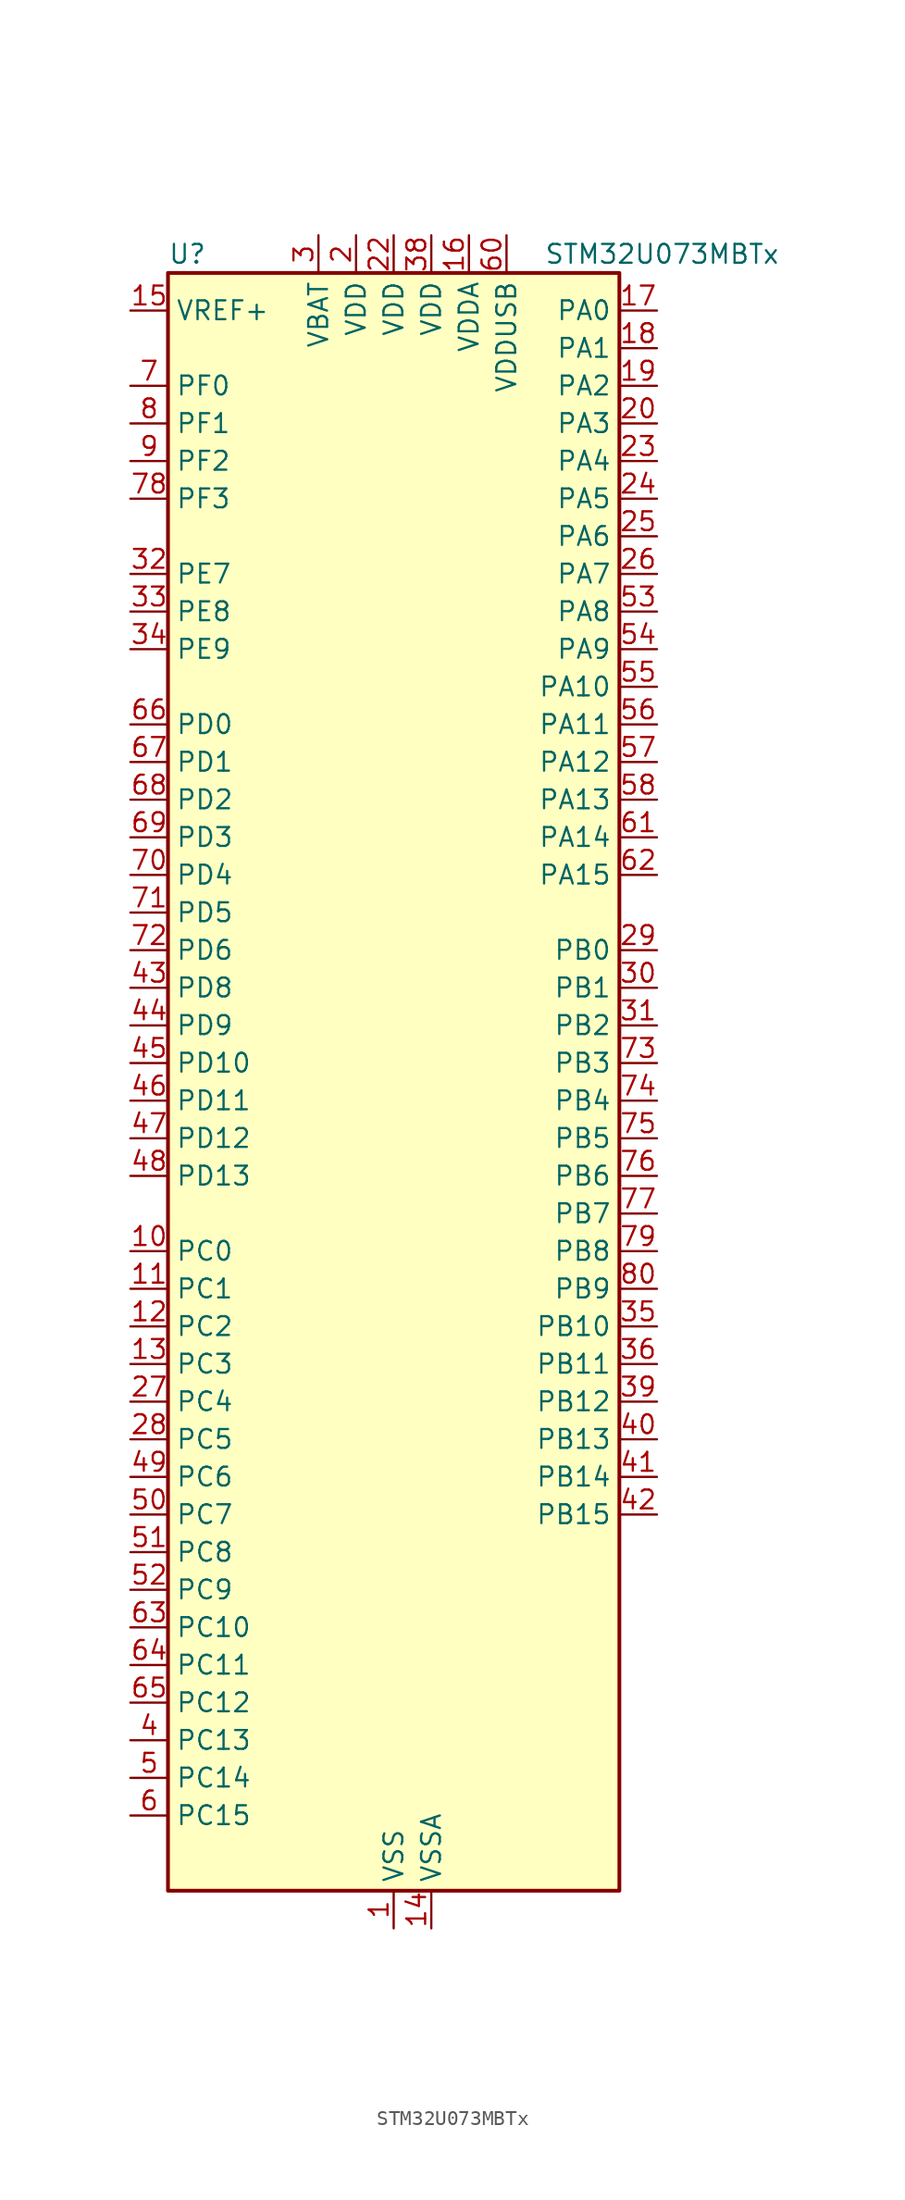
<source format=kicad_sym>
(kicad_symbol_lib
  (version 20231120)
  (generator "kicad_symbol_editor")
  (generator_version "8.99")
  (symbol "STM32U073MBTx"
    (property "Reference" "U"
      (at -15.24 57.15 0)
      (effects (font (size 1.27 1.27)) (justify left)))
    (property "Value" "STM32U073MBTx"
      (at 10.16 57.15 0)
      (effects (font (size 1.27 1.27)) (justify left)))
    (property "ki_locked" ""
      (at 0 0 0)
      (effects (font (size 1.27 1.27))))
    (symbol "STM32U073MBTx_0_1"
      (rectangle (start -15.24 -53.34) (end 15.24 55.88) (stroke (width 0.254) (type default)) (fill (type background))))
    (symbol "STM32U073MBTx_1_1"
      (pin power_in line (at 0 -55.88 90) (length 2.54) (name "VSS" (effects (font (size 1.27 1.27)))) (number "1" (effects (font (size 1.27 1.27)))))
      (pin bidirectional line (at -17.78 -10.16 0) (length 2.54) (name "PC0" (effects (font (size 1.27 1.27)))) (number "10" (effects (font (size 1.27 1.27)))) (alternate "ADC1_IN0" bidirectional line) (alternate "I2C3_SCL" bidirectional line) (alternate "I2C4_SCL" bidirectional line) (alternate "LCD_BIAS1" bidirectional line) (alternate "LCD_SEG18" bidirectional line) (alternate "LPTIM1_IN1" bidirectional line) (alternate "LPTIM2_IN1" bidirectional line) (alternate "LPUART1_RX" bidirectional line) (alternate "LPUART2_TX" bidirectional line))
      (pin bidirectional line (at -17.78 -12.7 0) (length 2.54) (name "PC1" (effects (font (size 1.27 1.27)))) (number "11" (effects (font (size 1.27 1.27)))) (alternate "ADC1_IN1" bidirectional line) (alternate "I2C3_SDA" bidirectional line) (alternate "I2C4_SDA" bidirectional line) (alternate "LCD_BIAS2" bidirectional line) (alternate "LCD_SEG19" bidirectional line) (alternate "LPTIM1_CH1" bidirectional line) (alternate "LPUART1_TX" bidirectional line) (alternate "LPUART2_RX" bidirectional line))
      (pin bidirectional line (at -17.78 -15.24 0) (length 2.54) (name "PC2" (effects (font (size 1.27 1.27)))) (number "12" (effects (font (size 1.27 1.27)))) (alternate "ADC1_IN2" bidirectional line) (alternate "LCD_BIAS3" bidirectional line) (alternate "LCD_SEG20" bidirectional line) (alternate "LPTIM1_IN2" bidirectional line) (alternate "RCC_MCO2" bidirectional line) (alternate "SPI2_MISO" bidirectional line))
      (pin bidirectional line (at -17.78 -17.78 0) (length 2.54) (name "PC3" (effects (font (size 1.27 1.27)))) (number "13" (effects (font (size 1.27 1.27)))) (alternate "ADC1_IN3" bidirectional line) (alternate "LPTIM1_ETR" bidirectional line) (alternate "LPTIM2_ETR" bidirectional line) (alternate "LPTIM3_CH1" bidirectional line) (alternate "SPI2_MOSI" bidirectional line) (alternate "USART4_CK" bidirectional line))
      (pin power_in line (at 2.54 -55.88 90) (length 2.54) (name "VSSA" (effects (font (size 1.27 1.27)))) (number "14" (effects (font (size 1.27 1.27)))))
      (pin input line (at -17.78 53.34 0) (length 2.54) (name "VREF+" (effects (font (size 1.27 1.27)))) (number "15" (effects (font (size 1.27 1.27)))) (alternate "VREFBUF_OUT" bidirectional line))
      (pin power_in line (at 5.08 58.42 270) (length 2.54) (name "VDDA" (effects (font (size 1.27 1.27)))) (number "16" (effects (font (size 1.27 1.27)))))
      (pin bidirectional line (at 17.78 53.34 180) (length 2.54) (name "PA0" (effects (font (size 1.27 1.27)))) (number "17" (effects (font (size 1.27 1.27)))) (alternate "ADC1_IN4" bidirectional line) (alternate "COMP1_INM" bidirectional line) (alternate "COMP1_OUT" bidirectional line) (alternate "LCD_SEG42" bidirectional line) (alternate "OPAMP1_VINP" bidirectional line) (alternate "PWR_WKUP1" bidirectional line) (alternate "TAMP_IN2" bidirectional line) (alternate "TIM2_CH1" bidirectional line) (alternate "TIM2_ETR" bidirectional line) (alternate "USART2_CTS" bidirectional line) (alternate "USART4_TX" bidirectional line))
      (pin bidirectional line (at 17.78 50.8 180) (length 2.54) (name "PA1" (effects (font (size 1.27 1.27)))) (number "18" (effects (font (size 1.27 1.27)))) (alternate "ADC1_IN5" bidirectional line) (alternate "COMP1_INP" bidirectional line) (alternate "LCD_SEG0" bidirectional line) (alternate "LPTIM1_CH2" bidirectional line) (alternate "OPAMP1_VINM" bidirectional line) (alternate "PWR_WKUP3" bidirectional line) (alternate "SPI1_SCK" bidirectional line) (alternate "SPI2_SCK" bidirectional line) (alternate "TAMP_IN5" bidirectional line) (alternate "TIM15_CH1N" bidirectional line) (alternate "TIM2_CH2" bidirectional line) (alternate "USART2_DE" bidirectional line) (alternate "USART2_RTS" bidirectional line) (alternate "USART4_RX" bidirectional line))
      (pin bidirectional line (at 17.78 48.26 180) (length 2.54) (name "PA2" (effects (font (size 1.27 1.27)))) (number "19" (effects (font (size 1.27 1.27)))) (alternate "ADC1_IN6" bidirectional line) (alternate "COMP2_INM" bidirectional line) (alternate "COMP2_OUT" bidirectional line) (alternate "LCD_SEG1" bidirectional line) (alternate "LPUART1_TX" bidirectional line) (alternate "PWR_WKUP4" bidirectional line) (alternate "RCC_LSCO" bidirectional line) (alternate "TIM15_CH1" bidirectional line) (alternate "TIM2_CH3" bidirectional line) (alternate "USART2_TX" bidirectional line))
      (pin power_in line (at -2.54 58.42 270) (length 2.54) (name "VDD" (effects (font (size 1.27 1.27)))) (number "2" (effects (font (size 1.27 1.27)))))
      (pin bidirectional line (at 17.78 45.72 180) (length 2.54) (name "PA3" (effects (font (size 1.27 1.27)))) (number "20" (effects (font (size 1.27 1.27)))) (alternate "ADC1_IN7" bidirectional line) (alternate "COMP2_INP" bidirectional line) (alternate "LCD_SEG2" bidirectional line) (alternate "LPUART1_RX" bidirectional line) (alternate "OPAMP1_VOUT" bidirectional line) (alternate "TIM15_CH2" bidirectional line) (alternate "TIM2_CH4" bidirectional line) (alternate "USART2_RX" bidirectional line))
      (pin passive line (at 0 -55.88 90) (length 2.54) hide (name "VSS" (effects (font (size 1.27 1.27)))) (number "21" (effects (font (size 1.27 1.27)))))
      (pin power_in line (at 0 58.42 270) (length 2.54) (name "VDD" (effects (font (size 1.27 1.27)))) (number "22" (effects (font (size 1.27 1.27)))))
      (pin bidirectional line (at 17.78 43.18 180) (length 2.54) (name "PA4" (effects (font (size 1.27 1.27)))) (number "23" (effects (font (size 1.27 1.27)))) (alternate "ADC1_IN8" bidirectional line) (alternate "COMP1_INM" bidirectional line) (alternate "COMP2_INM" bidirectional line) (alternate "DAC1_OUT1" bidirectional line) (alternate "LCD_SEG43" bidirectional line) (alternate "LPTIM2_CH1" bidirectional line) (alternate "LPUART3_TX" bidirectional line) (alternate "SPI1_NSS" bidirectional line) (alternate "SPI3_NSS" bidirectional line) (alternate "USART2_CK" bidirectional line))
      (pin bidirectional line (at 17.78 40.64 180) (length 2.54) (name "PA5" (effects (font (size 1.27 1.27)))) (number "24" (effects (font (size 1.27 1.27)))) (alternate "ADC1_IN9" bidirectional line) (alternate "COMP1_INM" bidirectional line) (alternate "COMP2_INM" bidirectional line) (alternate "LCD_SEG44" bidirectional line) (alternate "LPTIM2_ETR" bidirectional line) (alternate "LPUART3_RX" bidirectional line) (alternate "SPI1_SCK" bidirectional line) (alternate "TIM2_CH1" bidirectional line) (alternate "TIM2_ETR" bidirectional line) (alternate "USART3_TX" bidirectional line))
      (pin bidirectional line (at 17.78 38.1 180) (length 2.54) (name "PA6" (effects (font (size 1.27 1.27)))) (number "25" (effects (font (size 1.27 1.27)))) (alternate "ADC1_IN10" bidirectional line) (alternate "COMP1_OUT" bidirectional line) (alternate "I2C2_SDA" bidirectional line) (alternate "I2C3_SDA" bidirectional line) (alternate "LCD_SEG3" bidirectional line) (alternate "LPUART1_CTS" bidirectional line) (alternate "SPI1_MISO" bidirectional line) (alternate "TIM16_CH1" bidirectional line) (alternate "TIM1_BKIN" bidirectional line) (alternate "TIM3_CH1" bidirectional line) (alternate "TSC_G5_IO1" bidirectional line) (alternate "USART3_CTS" bidirectional line))
      (pin bidirectional line (at 17.78 35.56 180) (length 2.54) (name "PA7" (effects (font (size 1.27 1.27)))) (number "26" (effects (font (size 1.27 1.27)))) (alternate "ADC1_IN14" bidirectional line) (alternate "COMP2_OUT" bidirectional line) (alternate "I2C2_SCL" bidirectional line) (alternate "I2C3_SCL" bidirectional line) (alternate "LCD_SEG4" bidirectional line) (alternate "LPTIM2_CH2" bidirectional line) (alternate "SPI1_MOSI" bidirectional line) (alternate "TIM1_CH1N" bidirectional line) (alternate "TIM3_CH2" bidirectional line) (alternate "USART3_RX" bidirectional line))
      (pin bidirectional line (at -17.78 -20.32 0) (length 2.54) (name "PC4" (effects (font (size 1.27 1.27)))) (number "27" (effects (font (size 1.27 1.27)))) (alternate "ADC1_IN15" bidirectional line) (alternate "COMP1_INM" bidirectional line) (alternate "LCD_SEG22" bidirectional line) (alternate "LPUART3_TX" bidirectional line) (alternate "USART3_TX" bidirectional line))
      (pin bidirectional line (at -17.78 -22.86 0) (length 2.54) (name "PC5" (effects (font (size 1.27 1.27)))) (number "28" (effects (font (size 1.27 1.27)))) (alternate "ADC1_IN16" bidirectional line) (alternate "COMP1_INP" bidirectional line) (alternate "LCD_SEG23" bidirectional line) (alternate "LPTIM3_CH3" bidirectional line) (alternate "LPUART3_RX" bidirectional line) (alternate "PWR_WKUP5" bidirectional line) (alternate "TAMP_IN4" bidirectional line) (alternate "USART3_RX" bidirectional line))
      (pin bidirectional line (at 17.78 10.16 180) (length 2.54) (name "PB0" (effects (font (size 1.27 1.27)))) (number "29" (effects (font (size 1.27 1.27)))) (alternate "ADC1_IN17" bidirectional line) (alternate "COMP1_OUT" bidirectional line) (alternate "LCD_SEG5" bidirectional line) (alternate "LPTIM3_CH1" bidirectional line) (alternate "LPUART2_CTS" bidirectional line) (alternate "SPI1_NSS" bidirectional line) (alternate "TIM1_CH2N" bidirectional line) (alternate "TIM3_CH3" bidirectional line) (alternate "TSC_G5_IO2" bidirectional line) (alternate "USART3_CK" bidirectional line))
      (pin power_in line (at -5.08 58.42 270) (length 2.54) (name "VBAT" (effects (font (size 1.27 1.27)))) (number "3" (effects (font (size 1.27 1.27)))))
      (pin bidirectional line (at 17.78 7.62 180) (length 2.54) (name "PB1" (effects (font (size 1.27 1.27)))) (number "30" (effects (font (size 1.27 1.27)))) (alternate "ADC1_IN18" bidirectional line) (alternate "COMP1_INM" bidirectional line) (alternate "LCD_SEG6" bidirectional line) (alternate "LPTIM2_IN1" bidirectional line) (alternate "LPTIM3_CH2" bidirectional line) (alternate "LPUART1_DE" bidirectional line) (alternate "LPUART1_RTS" bidirectional line) (alternate "LPUART2_DE" bidirectional line) (alternate "LPUART2_RTS" bidirectional line) (alternate "TIM1_CH3N" bidirectional line) (alternate "TIM3_CH4" bidirectional line) (alternate "TSC_SYNC" bidirectional line) (alternate "USART3_DE" bidirectional line) (alternate "USART3_RTS" bidirectional line))
      (pin bidirectional line (at 17.78 5.08 180) (length 2.54) (name "PB2" (effects (font (size 1.27 1.27)))) (number "31" (effects (font (size 1.27 1.27)))) (alternate "COMP1_INP" bidirectional line) (alternate "LPTIM1_CH1" bidirectional line) (alternate "RTC_OUT2" bidirectional line))
      (pin bidirectional line (at -17.78 35.56 0) (length 2.54) (name "PE7" (effects (font (size 1.27 1.27)))) (number "32" (effects (font (size 1.27 1.27)))) (alternate "LCD_SEG45" bidirectional line) (alternate "TIM1_ETR" bidirectional line))
      (pin bidirectional line (at -17.78 33.02 0) (length 2.54) (name "PE8" (effects (font (size 1.27 1.27)))) (number "33" (effects (font (size 1.27 1.27)))) (alternate "LCD_SEG46" bidirectional line) (alternate "TIM1_CH1N" bidirectional line))
      (pin bidirectional line (at -17.78 30.48 0) (length 2.54) (name "PE9" (effects (font (size 1.27 1.27)))) (number "34" (effects (font (size 1.27 1.27)))) (alternate "DAC1_EXTI9" bidirectional line) (alternate "LCD_SEG47" bidirectional line) (alternate "LPTIM1_CH3" bidirectional line) (alternate "TIM1_CH1" bidirectional line))
      (pin bidirectional line (at 17.78 -15.24 180) (length 2.54) (name "PB10" (effects (font (size 1.27 1.27)))) (number "35" (effects (font (size 1.27 1.27)))) (alternate "COMP1_OUT" bidirectional line) (alternate "I2C2_SCL" bidirectional line) (alternate "I2C4_SCL" bidirectional line) (alternate "LCD_SEG10" bidirectional line) (alternate "LPTIM3_CH1" bidirectional line) (alternate "LPUART1_RX" bidirectional line) (alternate "LPUART2_RX" bidirectional line) (alternate "SPI2_SCK" bidirectional line) (alternate "TIM2_CH3" bidirectional line) (alternate "TSC_G5_IO3" bidirectional line) (alternate "USART3_TX" bidirectional line))
      (pin bidirectional line (at 17.78 -17.78 180) (length 2.54) (name "PB11" (effects (font (size 1.27 1.27)))) (number "36" (effects (font (size 1.27 1.27)))) (alternate "ADC1_EXTI11" bidirectional line) (alternate "COMP2_OUT" bidirectional line) (alternate "I2C2_SDA" bidirectional line) (alternate "I2C4_SDA" bidirectional line) (alternate "LCD_SEG11" bidirectional line) (alternate "LPUART1_TX" bidirectional line) (alternate "LPUART2_TX" bidirectional line) (alternate "TIM2_CH4" bidirectional line) (alternate "TSC_G5_IO4" bidirectional line) (alternate "USART3_RX" bidirectional line))
      (pin passive line (at 0 -55.88 90) (length 2.54) hide (name "VSS" (effects (font (size 1.27 1.27)))) (number "37" (effects (font (size 1.27 1.27)))))
      (pin power_in line (at 2.54 58.42 270) (length 2.54) (name "VDD" (effects (font (size 1.27 1.27)))) (number "38" (effects (font (size 1.27 1.27)))))
      (pin bidirectional line (at 17.78 -20.32 180) (length 2.54) (name "PB12" (effects (font (size 1.27 1.27)))) (number "39" (effects (font (size 1.27 1.27)))) (alternate "LCD_SEG12" bidirectional line) (alternate "LPUART1_DE" bidirectional line) (alternate "LPUART1_RTS" bidirectional line) (alternate "SPI2_NSS" bidirectional line) (alternate "TIM15_BKIN" bidirectional line) (alternate "TIM1_BKIN" bidirectional line) (alternate "TSC_G1_IO1" bidirectional line) (alternate "USART3_CK" bidirectional line))
      (pin bidirectional line (at -17.78 -43.18 0) (length 2.54) (name "PC13" (effects (font (size 1.27 1.27)))) (number "4" (effects (font (size 1.27 1.27)))) (alternate "LPTIM1_CH3" bidirectional line) (alternate "LPTIM3_CH3" bidirectional line) (alternate "PWR_WKUP2" bidirectional line) (alternate "RTC_OUT1" bidirectional line) (alternate "RTC_TS" bidirectional line) (alternate "TAMP_IN1" bidirectional line))
      (pin bidirectional line (at 17.78 -22.86 180) (length 2.54) (name "PB13" (effects (font (size 1.27 1.27)))) (number "40" (effects (font (size 1.27 1.27)))) (alternate "I2C2_SCL" bidirectional line) (alternate "LCD_SEG13" bidirectional line) (alternate "LPTIM3_IN1" bidirectional line) (alternate "LPUART1_CTS" bidirectional line) (alternate "SPI2_SCK" bidirectional line) (alternate "TIM15_CH1N" bidirectional line) (alternate "TIM1_CH1N" bidirectional line) (alternate "TSC_G1_IO2" bidirectional line) (alternate "USART3_CTS" bidirectional line))
      (pin bidirectional line (at 17.78 -25.4 180) (length 2.54) (name "PB14" (effects (font (size 1.27 1.27)))) (number "41" (effects (font (size 1.27 1.27)))) (alternate "I2C2_SDA" bidirectional line) (alternate "LCD_SEG14" bidirectional line) (alternate "LPTIM3_ETR" bidirectional line) (alternate "SPI2_MISO" bidirectional line) (alternate "TIM15_CH1" bidirectional line) (alternate "TIM1_CH2N" bidirectional line) (alternate "TSC_G1_IO3" bidirectional line) (alternate "USART3_DE" bidirectional line) (alternate "USART3_RTS" bidirectional line))
      (pin bidirectional line (at 17.78 -27.94 180) (length 2.54) (name "PB15" (effects (font (size 1.27 1.27)))) (number "42" (effects (font (size 1.27 1.27)))) (alternate "LCD_SEG15" bidirectional line) (alternate "PWR_WKUP7" bidirectional line) (alternate "RTC_REFIN" bidirectional line) (alternate "SPI2_MOSI" bidirectional line) (alternate "TAMP_IN3" bidirectional line) (alternate "TIM15_CH2" bidirectional line) (alternate "TIM1_CH3N" bidirectional line) (alternate "TSC_G1_IO4" bidirectional line))
      (pin bidirectional line (at -17.78 7.62 0) (length 2.54) (name "PD8" (effects (font (size 1.27 1.27)))) (number "43" (effects (font (size 1.27 1.27)))) (alternate "LCD_SEG28" bidirectional line) (alternate "LPUART3_TX" bidirectional line) (alternate "USART3_TX" bidirectional line))
      (pin bidirectional line (at -17.78 5.08 0) (length 2.54) (name "PD9" (effects (font (size 1.27 1.27)))) (number "44" (effects (font (size 1.27 1.27)))) (alternate "DAC1_EXTI9" bidirectional line) (alternate "LCD_SEG29" bidirectional line) (alternate "LPTIM3_IN1" bidirectional line) (alternate "LPUART3_RX" bidirectional line) (alternate "USART3_RX" bidirectional line))
      (pin bidirectional line (at -17.78 2.54 0) (length 2.54) (name "PD10" (effects (font (size 1.27 1.27)))) (number "45" (effects (font (size 1.27 1.27)))) (alternate "COMP2_INP" bidirectional line) (alternate "LCD_SEG30" bidirectional line) (alternate "LPTIM2_CH2" bidirectional line) (alternate "LPTIM3_ETR" bidirectional line) (alternate "TSC_G6_IO1" bidirectional line) (alternate "USART3_CK" bidirectional line))
      (pin bidirectional line (at -17.78 0 0) (length 2.54) (name "PD11" (effects (font (size 1.27 1.27)))) (number "46" (effects (font (size 1.27 1.27)))) (alternate "ADC1_EXTI11" bidirectional line) (alternate "LCD_SEG31" bidirectional line) (alternate "LPTIM2_ETR" bidirectional line) (alternate "LPUART3_CTS" bidirectional line) (alternate "TSC_G6_IO2" bidirectional line) (alternate "USART3_CTS" bidirectional line))
      (pin bidirectional line (at -17.78 -2.54 0) (length 2.54) (name "PD12" (effects (font (size 1.27 1.27)))) (number "47" (effects (font (size 1.27 1.27)))) (alternate "I2C4_SCL" bidirectional line) (alternate "LCD_SEG32" bidirectional line) (alternate "LPTIM2_IN1" bidirectional line) (alternate "LPUART3_DE" bidirectional line) (alternate "LPUART3_RTS" bidirectional line) (alternate "TSC_G6_IO3" bidirectional line) (alternate "USART3_DE" bidirectional line) (alternate "USART3_RTS" bidirectional line))
      (pin bidirectional line (at -17.78 -5.08 0) (length 2.54) (name "PD13" (effects (font (size 1.27 1.27)))) (number "48" (effects (font (size 1.27 1.27)))) (alternate "I2C4_SDA" bidirectional line) (alternate "LCD_SEG33" bidirectional line) (alternate "LPTIM2_CH1" bidirectional line) (alternate "TSC_G6_IO4" bidirectional line))
      (pin bidirectional line (at -17.78 -25.4 0) (length 2.54) (name "PC6" (effects (font (size 1.27 1.27)))) (number "49" (effects (font (size 1.27 1.27)))) (alternate "COMP1_INP" bidirectional line) (alternate "LCD_SEG24" bidirectional line) (alternate "LPUART2_TX" bidirectional line) (alternate "TIM3_CH1" bidirectional line) (alternate "TSC_G4_IO1" bidirectional line))
      (pin bidirectional line (at -17.78 -45.72 0) (length 2.54) (name "PC14" (effects (font (size 1.27 1.27)))) (number "5" (effects (font (size 1.27 1.27)))) (alternate "RCC_OSC32_IN" bidirectional line))
      (pin bidirectional line (at -17.78 -27.94 0) (length 2.54) (name "PC7" (effects (font (size 1.27 1.27)))) (number "50" (effects (font (size 1.27 1.27)))) (alternate "LCD_SEG25" bidirectional line) (alternate "LPTIM2_CH2" bidirectional line) (alternate "LPTIM3_CH4" bidirectional line) (alternate "LPUART2_RX" bidirectional line) (alternate "TIM3_CH2" bidirectional line) (alternate "TSC_G4_IO2" bidirectional line))
      (pin bidirectional line (at -17.78 -30.48 0) (length 2.54) (name "PC8" (effects (font (size 1.27 1.27)))) (number "51" (effects (font (size 1.27 1.27)))) (alternate "LCD_SEG26" bidirectional line) (alternate "LPTIM3_CH1" bidirectional line) (alternate "TIM3_CH3" bidirectional line) (alternate "TSC_G4_IO3" bidirectional line))
      (pin bidirectional line (at -17.78 -33.02 0) (length 2.54) (name "PC9" (effects (font (size 1.27 1.27)))) (number "52" (effects (font (size 1.27 1.27)))) (alternate "DAC1_EXTI9" bidirectional line) (alternate "LCD_SEG27" bidirectional line) (alternate "LPTIM3_CH2" bidirectional line) (alternate "TIM3_CH4" bidirectional line) (alternate "TSC_G4_IO4" bidirectional line) (alternate "USB_NOE" bidirectional line))
      (pin bidirectional line (at 17.78 33.02 180) (length 2.54) (name "PA8" (effects (font (size 1.27 1.27)))) (number "53" (effects (font (size 1.27 1.27)))) (alternate "LCD_COM0" bidirectional line) (alternate "LPTIM2_CH1" bidirectional line) (alternate "RCC_MCO" bidirectional line) (alternate "RCC_MCO2" bidirectional line) (alternate "TIM1_CH1" bidirectional line) (alternate "TSC_G7_IO1" bidirectional line) (alternate "USART1_CK" bidirectional line))
      (pin bidirectional line (at 17.78 30.48 180) (length 2.54) (name "PA9" (effects (font (size 1.27 1.27)))) (number "54" (effects (font (size 1.27 1.27)))) (alternate "COMP1_INP" bidirectional line) (alternate "DAC1_EXTI9" bidirectional line) (alternate "I2C1_SCL" bidirectional line) (alternate "I2C2_SCL" bidirectional line) (alternate "LCD_COM1" bidirectional line) (alternate "RCC_MCO" bidirectional line) (alternate "TIM15_BKIN" bidirectional line) (alternate "TIM1_CH2" bidirectional line) (alternate "TSC_G7_IO2" bidirectional line) (alternate "USART1_TX" bidirectional line))
      (pin bidirectional line (at 17.78 27.94 180) (length 2.54) (name "PA10" (effects (font (size 1.27 1.27)))) (number "55" (effects (font (size 1.27 1.27)))) (alternate "CRS_SYNC" bidirectional line) (alternate "I2C1_SDA" bidirectional line) (alternate "I2C2_SDA" bidirectional line) (alternate "LCD_COM2" bidirectional line) (alternate "RCC_MCO2" bidirectional line) (alternate "SPI2_NSS" bidirectional line) (alternate "TIM1_CH3" bidirectional line) (alternate "TSC_G7_IO3" bidirectional line) (alternate "USART1_RX" bidirectional line))
      (pin bidirectional line (at 17.78 25.4 180) (length 2.54) (name "PA11" (effects (font (size 1.27 1.27)))) (number "56" (effects (font (size 1.27 1.27)))) (alternate "ADC1_EXTI11" bidirectional line) (alternate "COMP1_OUT" bidirectional line) (alternate "SPI1_MISO" bidirectional line) (alternate "SPI2_MISO" bidirectional line) (alternate "TIM1_BKIN2" bidirectional line) (alternate "TIM1_CH4" bidirectional line) (alternate "USART1_CTS" bidirectional line) (alternate "USB_DM" bidirectional line))
      (pin bidirectional line (at 17.78 22.86 180) (length 2.54) (name "PA12" (effects (font (size 1.27 1.27)))) (number "57" (effects (font (size 1.27 1.27)))) (alternate "SPI1_MOSI" bidirectional line) (alternate "SPI2_MOSI" bidirectional line) (alternate "TIM1_ETR" bidirectional line) (alternate "USART1_DE" bidirectional line) (alternate "USART1_RTS" bidirectional line) (alternate "USB_DP" bidirectional line))
      (pin bidirectional line (at 17.78 20.32 180) (length 2.54) (name "PA13" (effects (font (size 1.27 1.27)))) (number "58" (effects (font (size 1.27 1.27)))) (alternate "DEBUG_JTMS-SWDIO" bidirectional line) (alternate "IR_OUT" bidirectional line) (alternate "LCD_SEG40" bidirectional line) (alternate "TSC_G7_IO4" bidirectional line) (alternate "USB_NOE" bidirectional line))
      (pin passive line (at 0 -55.88 90) (length 2.54) hide (name "VSS" (effects (font (size 1.27 1.27)))) (number "59" (effects (font (size 1.27 1.27)))))
      (pin bidirectional line (at -17.78 -48.26 0) (length 2.54) (name "PC15" (effects (font (size 1.27 1.27)))) (number "6" (effects (font (size 1.27 1.27)))) (alternate "RCC_OSC32_EN" bidirectional line) (alternate "RCC_OSC32_OUT" bidirectional line) (alternate "RCC_OSC_EN" bidirectional line))
      (pin power_in line (at 7.62 58.42 270) (length 2.54) (name "VDDUSB" (effects (font (size 1.27 1.27)))) (number "60" (effects (font (size 1.27 1.27)))))
      (pin bidirectional line (at 17.78 17.78 180) (length 2.54) (name "PA14" (effects (font (size 1.27 1.27)))) (number "61" (effects (font (size 1.27 1.27)))) (alternate "DEBUG_JTCK-SWCLK" bidirectional line) (alternate "LCD_SEG41" bidirectional line) (alternate "LPTIM1_CH1" bidirectional line) (alternate "TSC_G3_IO4" bidirectional line))
      (pin bidirectional line (at 17.78 15.24 180) (length 2.54) (name "PA15" (effects (font (size 1.27 1.27)))) (number "62" (effects (font (size 1.27 1.27)))) (alternate "DEBUG_JTDI" bidirectional line) (alternate "LCD_SEG17" bidirectional line) (alternate "LPTIM3_CH3" bidirectional line) (alternate "LPTIM3_IN2" bidirectional line) (alternate "SPI1_NSS" bidirectional line) (alternate "SPI3_NSS" bidirectional line) (alternate "TIM2_CH1" bidirectional line) (alternate "TIM2_ETR" bidirectional line) (alternate "TSC_G3_IO1" bidirectional line) (alternate "USART2_RX" bidirectional line) (alternate "USART3_DE" bidirectional line) (alternate "USART3_RTS" bidirectional line) (alternate "USART4_DE" bidirectional line) (alternate "USART4_RTS" bidirectional line))
      (pin bidirectional line (at -17.78 -35.56 0) (length 2.54) (name "PC10" (effects (font (size 1.27 1.27)))) (number "63" (effects (font (size 1.27 1.27)))) (alternate "LCD_COM4" bidirectional line) (alternate "LCD_SEG28" bidirectional line) (alternate "LCD_SEG48" bidirectional line) (alternate "LPTIM3_ETR" bidirectional line) (alternate "SPI3_SCK" bidirectional line) (alternate "TSC_G3_IO2" bidirectional line) (alternate "USART3_TX" bidirectional line) (alternate "USART4_TX" bidirectional line))
      (pin bidirectional line (at -17.78 -38.1 0) (length 2.54) (name "PC11" (effects (font (size 1.27 1.27)))) (number "64" (effects (font (size 1.27 1.27)))) (alternate "ADC1_EXTI11" bidirectional line) (alternate "LCD_COM5" bidirectional line) (alternate "LCD_SEG29" bidirectional line) (alternate "LCD_SEG49" bidirectional line) (alternate "LPTIM3_IN1" bidirectional line) (alternate "SPI3_MISO" bidirectional line) (alternate "TSC_G3_IO3" bidirectional line) (alternate "USART3_RX" bidirectional line) (alternate "USART4_RX" bidirectional line))
      (pin bidirectional line (at -17.78 -40.64 0) (length 2.54) (name "PC12" (effects (font (size 1.27 1.27)))) (number "65" (effects (font (size 1.27 1.27)))) (alternate "LCD_COM6" bidirectional line) (alternate "LCD_SEG30" bidirectional line) (alternate "LCD_SEG50" bidirectional line) (alternate "LPTIM3_CH3" bidirectional line) (alternate "SPI3_MOSI" bidirectional line) (alternate "USART3_CK" bidirectional line) (alternate "USART4_CK" bidirectional line))
      (pin bidirectional line (at -17.78 25.4 0) (length 2.54) (name "PD0" (effects (font (size 1.27 1.27)))) (number "66" (effects (font (size 1.27 1.27)))) (alternate "LCD_SEG34" bidirectional line) (alternate "SPI2_NSS" bidirectional line))
      (pin bidirectional line (at -17.78 22.86 0) (length 2.54) (name "PD1" (effects (font (size 1.27 1.27)))) (number "67" (effects (font (size 1.27 1.27)))) (alternate "LCD_SEG35" bidirectional line) (alternate "LPTIM1_CH4" bidirectional line) (alternate "SPI2_SCK" bidirectional line))
      (pin bidirectional line (at -17.78 20.32 0) (length 2.54) (name "PD2" (effects (font (size 1.27 1.27)))) (number "68" (effects (font (size 1.27 1.27)))) (alternate "LCD_COM7" bidirectional line) (alternate "LCD_SEG31" bidirectional line) (alternate "LCD_SEG51" bidirectional line) (alternate "TIM3_ETR" bidirectional line) (alternate "TSC_SYNC" bidirectional line) (alternate "USART3_DE" bidirectional line) (alternate "USART3_RTS" bidirectional line))
      (pin bidirectional line (at -17.78 17.78 0) (length 2.54) (name "PD3" (effects (font (size 1.27 1.27)))) (number "69" (effects (font (size 1.27 1.27)))) (alternate "LCD_SEG36" bidirectional line) (alternate "SPI2_MISO" bidirectional line) (alternate "USART2_CTS" bidirectional line))
      (pin bidirectional line (at -17.78 48.26 0) (length 2.54) (name "PF0" (effects (font (size 1.27 1.27)))) (number "7" (effects (font (size 1.27 1.27)))) (alternate "RCC_OSC_IN" bidirectional line))
      (pin bidirectional line (at -17.78 15.24 0) (length 2.54) (name "PD4" (effects (font (size 1.27 1.27)))) (number "70" (effects (font (size 1.27 1.27)))) (alternate "LCD_SEG37" bidirectional line) (alternate "LPTIM1_CH3" bidirectional line) (alternate "SPI2_MOSI" bidirectional line) (alternate "USART2_DE" bidirectional line) (alternate "USART2_RTS" bidirectional line))
      (pin bidirectional line (at -17.78 12.7 0) (length 2.54) (name "PD5" (effects (font (size 1.27 1.27)))) (number "71" (effects (font (size 1.27 1.27)))) (alternate "LCD_SEG38" bidirectional line) (alternate "USART2_TX" bidirectional line))
      (pin bidirectional line (at -17.78 10.16 0) (length 2.54) (name "PD6" (effects (font (size 1.27 1.27)))) (number "72" (effects (font (size 1.27 1.27)))) (alternate "LCD_SEG39" bidirectional line) (alternate "USART2_RX" bidirectional line))
      (pin bidirectional line (at 17.78 2.54 180) (length 2.54) (name "PB3" (effects (font (size 1.27 1.27)))) (number "73" (effects (font (size 1.27 1.27)))) (alternate "COMP2_INM" bidirectional line) (alternate "DEBUG_JTDO-SWO" bidirectional line) (alternate "I2C2_SCL" bidirectional line) (alternate "I2C3_SCL" bidirectional line) (alternate "LCD_SEG7" bidirectional line) (alternate "LPTIM1_CH3" bidirectional line) (alternate "SPI1_SCK" bidirectional line) (alternate "SPI3_SCK" bidirectional line) (alternate "TIM2_CH2" bidirectional line) (alternate "USART1_DE" bidirectional line) (alternate "USART1_RTS" bidirectional line))
      (pin bidirectional line (at 17.78 0 180) (length 2.54) (name "PB4" (effects (font (size 1.27 1.27)))) (number "74" (effects (font (size 1.27 1.27)))) (alternate "COMP2_INP" bidirectional line) (alternate "I2C2_SDA" bidirectional line) (alternate "I2C3_SDA" bidirectional line) (alternate "LCD_SEG8" bidirectional line) (alternate "LPTIM1_CH4" bidirectional line) (alternate "LPUART3_DE" bidirectional line) (alternate "LPUART3_RTS" bidirectional line) (alternate "SPI1_MISO" bidirectional line) (alternate "SPI3_MISO" bidirectional line) (alternate "TIM3_CH1" bidirectional line) (alternate "TSC_G2_IO1" bidirectional line) (alternate "USART1_CTS" bidirectional line))
      (pin bidirectional line (at 17.78 -2.54 180) (length 2.54) (name "PB5" (effects (font (size 1.27 1.27)))) (number "75" (effects (font (size 1.27 1.27)))) (alternate "COMP2_OUT" bidirectional line) (alternate "LCD_SEG9" bidirectional line) (alternate "LPTIM1_IN1" bidirectional line) (alternate "LPUART3_CTS" bidirectional line) (alternate "SPI1_MOSI" bidirectional line) (alternate "SPI3_MOSI" bidirectional line) (alternate "TIM16_BKIN" bidirectional line) (alternate "TIM3_CH2" bidirectional line) (alternate "TSC_G2_IO2" bidirectional line) (alternate "USART1_CK" bidirectional line))
      (pin bidirectional line (at 17.78 -5.08 180) (length 2.54) (name "PB6" (effects (font (size 1.27 1.27)))) (number "76" (effects (font (size 1.27 1.27)))) (alternate "COMP2_INP" bidirectional line) (alternate "I2C1_SCL" bidirectional line) (alternate "I2C2_SCL" bidirectional line) (alternate "I2C4_SCL" bidirectional line) (alternate "LPTIM1_ETR" bidirectional line) (alternate "LPUART2_TX" bidirectional line) (alternate "LPUART3_TX" bidirectional line) (alternate "TIM16_CH1N" bidirectional line) (alternate "TSC_G2_IO3" bidirectional line) (alternate "USART1_TX" bidirectional line))
      (pin bidirectional line (at 17.78 -7.62 180) (length 2.54) (name "PB7" (effects (font (size 1.27 1.27)))) (number "77" (effects (font (size 1.27 1.27)))) (alternate "COMP2_INM" bidirectional line) (alternate "I2C1_SDA" bidirectional line) (alternate "I2C2_SDA" bidirectional line) (alternate "I2C4_SDA" bidirectional line) (alternate "LCD_SEG21" bidirectional line) (alternate "LPTIM1_IN2" bidirectional line) (alternate "LPUART2_RX" bidirectional line) (alternate "LPUART3_RX" bidirectional line) (alternate "PWR_PVD_IN" bidirectional line) (alternate "TSC_G2_IO4" bidirectional line) (alternate "USART1_RX" bidirectional line) (alternate "USART4_CTS" bidirectional line))
      (pin bidirectional line (at -17.78 40.64 0) (length 2.54) (name "PF3" (effects (font (size 1.27 1.27)))) (number "78" (effects (font (size 1.27 1.27)))))
      (pin bidirectional line (at 17.78 -10.16 180) (length 2.54) (name "PB8" (effects (font (size 1.27 1.27)))) (number "79" (effects (font (size 1.27 1.27)))) (alternate "I2C1_SCL" bidirectional line) (alternate "I2C2_SCL" bidirectional line) (alternate "LCD_SEG16" bidirectional line) (alternate "LPTIM1_IN2" bidirectional line) (alternate "LPTIM3_IN2" bidirectional line) (alternate "TIM16_CH1" bidirectional line) (alternate "USART3_TX" bidirectional line))
      (pin bidirectional line (at -17.78 45.72 0) (length 2.54) (name "PF1" (effects (font (size 1.27 1.27)))) (number "8" (effects (font (size 1.27 1.27)))) (alternate "RCC_OSC_EN" bidirectional line) (alternate "RCC_OSC_OUT" bidirectional line))
      (pin bidirectional line (at 17.78 -12.7 180) (length 2.54) (name "PB9" (effects (font (size 1.27 1.27)))) (number "80" (effects (font (size 1.27 1.27)))) (alternate "DAC1_EXTI9" bidirectional line) (alternate "I2C1_SDA" bidirectional line) (alternate "I2C2_SDA" bidirectional line) (alternate "IR_OUT" bidirectional line) (alternate "LCD_COM3" bidirectional line) (alternate "LPTIM1_CH4" bidirectional line) (alternate "LPTIM3_CH4" bidirectional line) (alternate "SPI2_NSS" bidirectional line) (alternate "USART3_RX" bidirectional line))
      (pin bidirectional line (at -17.78 43.18 0) (length 2.54) (name "PF2" (effects (font (size 1.27 1.27)))) (number "9" (effects (font (size 1.27 1.27)))) (alternate "RCC_MCO" bidirectional line)))))
</source>
